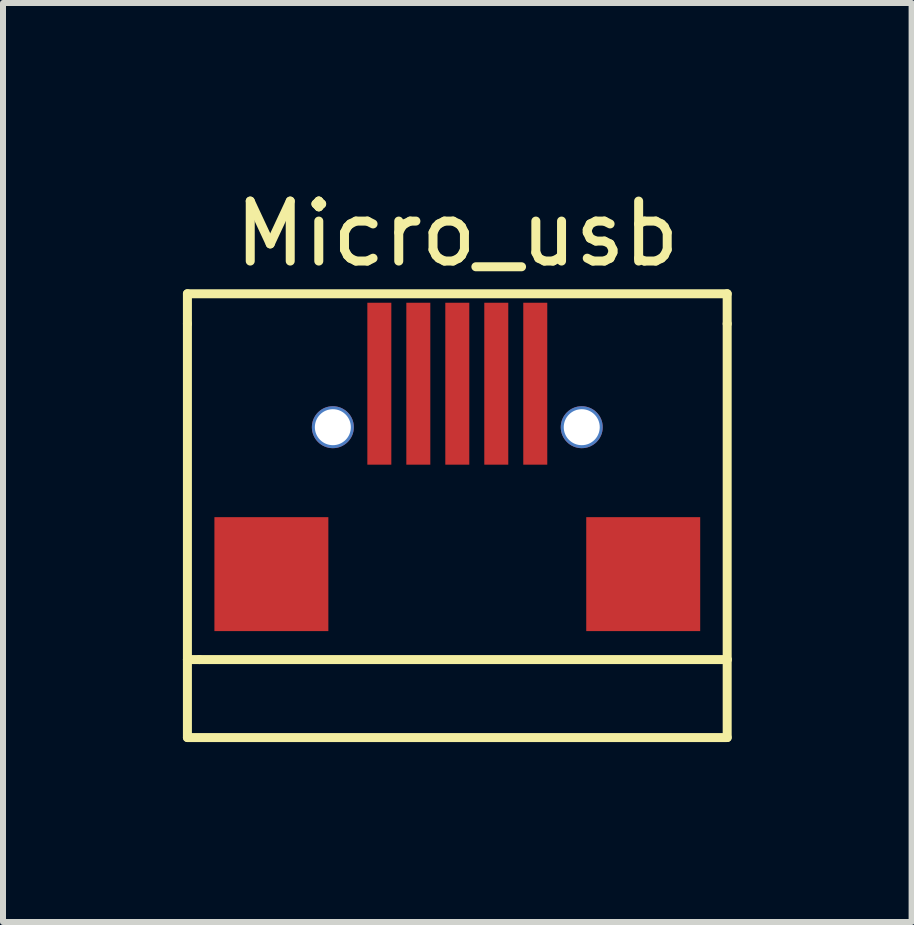
<source format=kicad_pcb>
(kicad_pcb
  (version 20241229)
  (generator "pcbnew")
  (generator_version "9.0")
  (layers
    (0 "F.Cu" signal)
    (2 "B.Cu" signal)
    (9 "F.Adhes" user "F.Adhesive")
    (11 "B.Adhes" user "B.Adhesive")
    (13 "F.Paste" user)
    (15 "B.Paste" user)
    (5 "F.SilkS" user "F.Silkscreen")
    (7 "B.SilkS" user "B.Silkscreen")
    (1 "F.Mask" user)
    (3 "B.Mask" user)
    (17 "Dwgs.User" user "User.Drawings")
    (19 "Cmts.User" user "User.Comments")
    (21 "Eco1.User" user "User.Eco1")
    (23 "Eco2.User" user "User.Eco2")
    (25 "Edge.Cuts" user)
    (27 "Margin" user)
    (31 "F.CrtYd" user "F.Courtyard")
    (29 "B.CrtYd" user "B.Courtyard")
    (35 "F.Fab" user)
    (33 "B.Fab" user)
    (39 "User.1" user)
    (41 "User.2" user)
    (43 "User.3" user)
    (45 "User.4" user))
  (footprint "Micro_usb"
    (layer "F.Cu")
    (at 4.575 3.848)
    (property "Reference" "Micro_usb" (at 0 -3 0) (layer "F.SilkS") (effects (font (size 1 1) (thickness 0.15))))
    (attr through_hole)
    (fp_line (start -4.5 -2) (end 4.5 -2) (stroke (width 0.15) (type solid)) (layer "F.SilkS"))
    (fp_line (start -4.5 -1.5) (end -4.5 -2) (stroke (width 0.15) (type solid)) (layer "F.SilkS"))
    (fp_line (start -4.5 -1.5) (end -4.5 4.1) (stroke (width 0.15) (type solid)) (layer "F.SilkS"))
    (fp_line (start -4.5 4.1) (end -4.5 5.4) (stroke (width 0.15) (type solid)) (layer "F.SilkS"))
    (fp_line (start -4.5 4.1) (end -4.3 4.1) (stroke (width 0.15) (type solid)) (layer "F.SilkS"))
    (fp_line (start -4.5 5.4) (end 4.5 5.4) (stroke (width 0.15) (type solid)) (layer "F.SilkS"))
    (fp_line (start -4.3 4.1) (end 4.5 4.1) (stroke (width 0.15) (type solid)) (layer "F.SilkS"))
    (fp_line (start 4.5 -2) (end 4.5 -1.5) (stroke (width 0.15) (type solid)) (layer "F.SilkS"))
    (fp_line (start 4.5 4.1) (end 4.5 -1.5) (stroke (width 0.15) (type solid)) (layer "F.SilkS"))
    (fp_line (start 4.5 5.4) (end 4.5 4.1) (stroke (width 0.15) (type solid)) (layer "F.SilkS"))
    (pad "" thru_hole circle (at -2.075 0.225) (size 0.7 0.7) (drill 0.6) (layers "*.Cu" "*.Mask"))
    (pad "" thru_hole circle (at 2.075 0.225) (size 0.7 0.7) (drill 0.6) (layers "*.Cu" "*.Mask"))
    (pad "1" smd rect (at -1.3 -0.5) (size 0.4 2.7) (layers "F.Cu" "F.Mask" "F.Paste"))
    (pad "2" smd rect (at -0.65 -0.5) (size 0.4 2.7) (layers "F.Cu" "F.Mask" "F.Paste"))
    (pad "3" smd rect (at 0 -0.5) (size 0.4 2.7) (layers "F.Cu" "F.Mask" "F.Paste"))
    (pad "4" smd rect (at 0.65 -0.5) (size 0.4 2.7) (layers "F.Cu" "F.Mask" "F.Paste"))
    (pad "5" smd rect (at 1.3 -0.5) (size 0.4 2.7) (layers "F.Cu" "F.Mask" "F.Paste"))
    (pad "6" smd rect (at -3.1 2.675) (size 1.9 1.9) (layers "F.Cu" "F.Mask" "F.Paste"))
    (pad "6" smd rect (at 3.1 2.675) (size 1.9 1.9) (layers "F.Cu" "F.Mask" "F.Paste")))
  (gr_rect
    (start -3 -3)
    (end 12.15 12.323)
    (stroke (width 0.1) (type default))
    (fill no)
    (layer "Edge.Cuts")))
</source>
